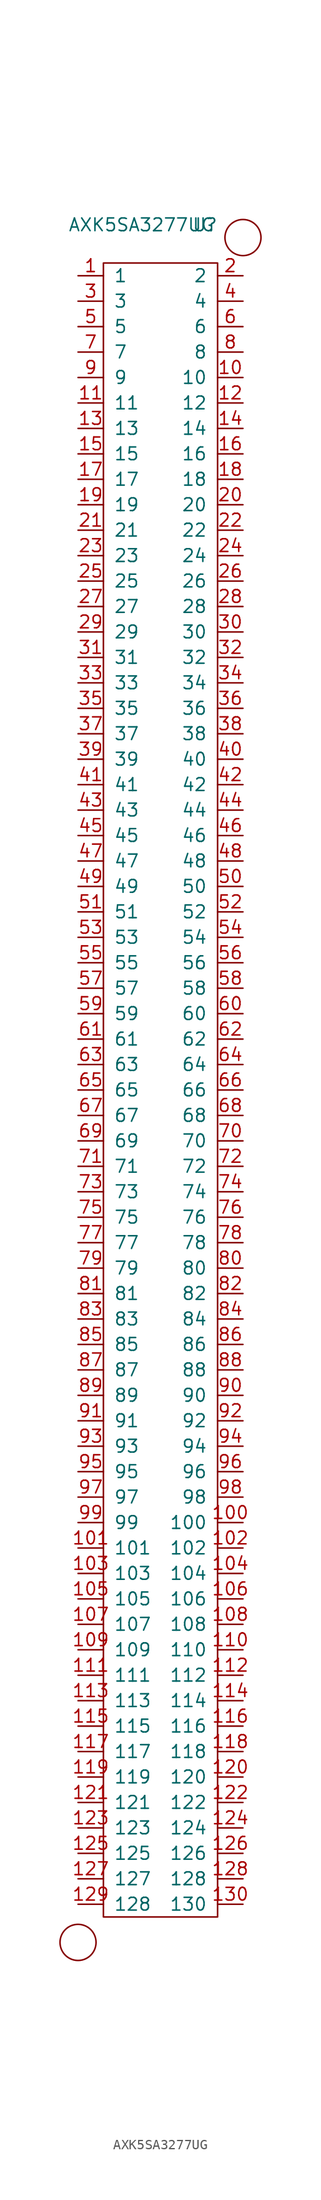
<source format=kicad_sym>
(kicad_symbol_lib
  (version 20211014)
  (generator kicad_symbol_editor)
  (symbol "AXK5SA3277UG"
    (pin_names
      (offset 1.016))
    (property "Reference" "U"
      (at 1.27 50.8 0)
      (effects (font (size 1.27 1.27))))
    (property "Value" "AXK5SA3277UG"
      (at -5.08 50.8 0)
      (effects (font (size 1.27 1.27))))
    (symbol "AXK5SA3277UG_0_1"
      (circle (center 5.08 49.53) (radius 1.803) (stroke (width 0) (type default) (color 0 0 0 0)) (fill (type none))))
    (symbol "AXK5SA3277UG_1_1"
      (circle (center -11.43 -120.65) (radius 1.803) (stroke (width 0) (type default) (color 0 0 0 0)) (fill (type none)))
      (rectangle (start 2.54 46.99) (end -8.89 -118.11) (stroke (width 0) (type default) (color 0 0 0 0)) (fill (type none)))
      (pin passive line (at -11.43 45.72 0) (length 2.54) (name "1" (effects (font (size 1.27 1.27)))) (number "1" (effects (font (size 1.27 1.27)))))
      (pin passive line (at 5.08 35.56 180) (length 2.54) (name "10" (effects (font (size 1.27 1.27)))) (number "10" (effects (font (size 1.27 1.27)))))
      (pin passive line (at 5.08 -78.74 180) (length 2.54) (name "100" (effects (font (size 1.27 1.27)))) (number "100" (effects (font (size 1.27 1.27)))))
      (pin passive line (at -11.43 -81.28 0) (length 2.54) (name "101" (effects (font (size 1.27 1.27)))) (number "101" (effects (font (size 1.27 1.27)))))
      (pin passive line (at 5.08 -81.28 180) (length 2.54) (name "102" (effects (font (size 1.27 1.27)))) (number "102" (effects (font (size 1.27 1.27)))))
      (pin passive line (at -11.43 -83.82 0) (length 2.54) (name "103" (effects (font (size 1.27 1.27)))) (number "103" (effects (font (size 1.27 1.27)))))
      (pin passive line (at 5.08 -83.82 180) (length 2.54) (name "104" (effects (font (size 1.27 1.27)))) (number "104" (effects (font (size 1.27 1.27)))))
      (pin passive line (at -11.43 -86.36 0) (length 2.54) (name "105" (effects (font (size 1.27 1.27)))) (number "105" (effects (font (size 1.27 1.27)))))
      (pin passive line (at 5.08 -86.36 180) (length 2.54) (name "106" (effects (font (size 1.27 1.27)))) (number "106" (effects (font (size 1.27 1.27)))))
      (pin passive line (at -11.43 -88.9 0) (length 2.54) (name "107" (effects (font (size 1.27 1.27)))) (number "107" (effects (font (size 1.27 1.27)))))
      (pin passive line (at 5.08 -88.9 180) (length 2.54) (name "108" (effects (font (size 1.27 1.27)))) (number "108" (effects (font (size 1.27 1.27)))))
      (pin passive line (at -11.43 -91.44 0) (length 2.54) (name "109" (effects (font (size 1.27 1.27)))) (number "109" (effects (font (size 1.27 1.27)))))
      (pin passive line (at -11.43 33.02 0) (length 2.54) (name "11" (effects (font (size 1.27 1.27)))) (number "11" (effects (font (size 1.27 1.27)))))
      (pin passive line (at 5.08 -91.44 180) (length 2.54) (name "110" (effects (font (size 1.27 1.27)))) (number "110" (effects (font (size 1.27 1.27)))))
      (pin passive line (at -11.43 -93.98 0) (length 2.54) (name "111" (effects (font (size 1.27 1.27)))) (number "111" (effects (font (size 1.27 1.27)))))
      (pin passive line (at 5.08 -93.98 180) (length 2.54) (name "112" (effects (font (size 1.27 1.27)))) (number "112" (effects (font (size 1.27 1.27)))))
      (pin passive line (at -11.43 -96.52 0) (length 2.54) (name "113" (effects (font (size 1.27 1.27)))) (number "113" (effects (font (size 1.27 1.27)))))
      (pin passive line (at 5.08 -96.52 180) (length 2.54) (name "114" (effects (font (size 1.27 1.27)))) (number "114" (effects (font (size 1.27 1.27)))))
      (pin passive line (at -11.43 -99.06 0) (length 2.54) (name "115" (effects (font (size 1.27 1.27)))) (number "115" (effects (font (size 1.27 1.27)))))
      (pin passive line (at 5.08 -99.06 180) (length 2.54) (name "116" (effects (font (size 1.27 1.27)))) (number "116" (effects (font (size 1.27 1.27)))))
      (pin passive line (at -11.43 -101.6 0) (length 2.54) (name "117" (effects (font (size 1.27 1.27)))) (number "117" (effects (font (size 1.27 1.27)))))
      (pin passive line (at 5.08 -101.6 180) (length 2.54) (name "118" (effects (font (size 1.27 1.27)))) (number "118" (effects (font (size 1.27 1.27)))))
      (pin passive line (at -11.43 -104.14 0) (length 2.54) (name "119" (effects (font (size 1.27 1.27)))) (number "119" (effects (font (size 1.27 1.27)))))
      (pin passive line (at 5.08 33.02 180) (length 2.54) (name "12" (effects (font (size 1.27 1.27)))) (number "12" (effects (font (size 1.27 1.27)))))
      (pin passive line (at 5.08 -104.14 180) (length 2.54) (name "120" (effects (font (size 1.27 1.27)))) (number "120" (effects (font (size 1.27 1.27)))))
      (pin passive line (at -11.43 -106.68 0) (length 2.54) (name "121" (effects (font (size 1.27 1.27)))) (number "121" (effects (font (size 1.27 1.27)))))
      (pin passive line (at 5.08 -106.68 180) (length 2.54) (name "122" (effects (font (size 1.27 1.27)))) (number "122" (effects (font (size 1.27 1.27)))))
      (pin passive line (at -11.43 -109.22 0) (length 2.54) (name "123" (effects (font (size 1.27 1.27)))) (number "123" (effects (font (size 1.27 1.27)))))
      (pin passive line (at 5.08 -109.22 180) (length 2.54) (name "124" (effects (font (size 1.27 1.27)))) (number "124" (effects (font (size 1.27 1.27)))))
      (pin passive line (at -11.43 -111.76 0) (length 2.54) (name "125" (effects (font (size 1.27 1.27)))) (number "125" (effects (font (size 1.27 1.27)))))
      (pin passive line (at 5.08 -111.76 180) (length 2.54) (name "126" (effects (font (size 1.27 1.27)))) (number "126" (effects (font (size 1.27 1.27)))))
      (pin passive line (at -11.43 -114.3 0) (length 2.54) (name "127" (effects (font (size 1.27 1.27)))) (number "127" (effects (font (size 1.27 1.27)))))
      (pin passive line (at 5.08 -114.3 180) (length 2.54) (name "128" (effects (font (size 1.27 1.27)))) (number "128" (effects (font (size 1.27 1.27)))))
      (pin passive line (at -11.43 -116.84 0) (length 2.54) (name "128" (effects (font (size 1.27 1.27)))) (number "129" (effects (font (size 1.27 1.27)))))
      (pin passive line (at -11.43 30.48 0) (length 2.54) (name "13" (effects (font (size 1.27 1.27)))) (number "13" (effects (font (size 1.27 1.27)))))
      (pin passive line (at 5.08 -116.84 180) (length 2.54) (name "130" (effects (font (size 1.27 1.27)))) (number "130" (effects (font (size 1.27 1.27)))))
      (pin passive line (at 5.08 30.48 180) (length 2.54) (name "14" (effects (font (size 1.27 1.27)))) (number "14" (effects (font (size 1.27 1.27)))))
      (pin passive line (at -11.43 27.94 0) (length 2.54) (name "15" (effects (font (size 1.27 1.27)))) (number "15" (effects (font (size 1.27 1.27)))))
      (pin passive line (at 5.08 27.94 180) (length 2.54) (name "16" (effects (font (size 1.27 1.27)))) (number "16" (effects (font (size 1.27 1.27)))))
      (pin passive line (at -11.43 25.4 0) (length 2.54) (name "17" (effects (font (size 1.27 1.27)))) (number "17" (effects (font (size 1.27 1.27)))))
      (pin passive line (at 5.08 25.4 180) (length 2.54) (name "18" (effects (font (size 1.27 1.27)))) (number "18" (effects (font (size 1.27 1.27)))))
      (pin passive line (at -11.43 22.86 0) (length 2.54) (name "19" (effects (font (size 1.27 1.27)))) (number "19" (effects (font (size 1.27 1.27)))))
      (pin passive line (at 5.08 45.72 180) (length 2.54) (name "2" (effects (font (size 1.27 1.27)))) (number "2" (effects (font (size 1.27 1.27)))))
      (pin passive line (at 5.08 22.86 180) (length 2.54) (name "20" (effects (font (size 1.27 1.27)))) (number "20" (effects (font (size 1.27 1.27)))))
      (pin passive line (at -11.43 20.32 0) (length 2.54) (name "21" (effects (font (size 1.27 1.27)))) (number "21" (effects (font (size 1.27 1.27)))))
      (pin passive line (at 5.08 20.32 180) (length 2.54) (name "22" (effects (font (size 1.27 1.27)))) (number "22" (effects (font (size 1.27 1.27)))))
      (pin passive line (at -11.43 17.78 0) (length 2.54) (name "23" (effects (font (size 1.27 1.27)))) (number "23" (effects (font (size 1.27 1.27)))))
      (pin passive line (at 5.08 17.78 180) (length 2.54) (name "24" (effects (font (size 1.27 1.27)))) (number "24" (effects (font (size 1.27 1.27)))))
      (pin passive line (at -11.43 15.24 0) (length 2.54) (name "25" (effects (font (size 1.27 1.27)))) (number "25" (effects (font (size 1.27 1.27)))))
      (pin passive line (at 5.08 15.24 180) (length 2.54) (name "26" (effects (font (size 1.27 1.27)))) (number "26" (effects (font (size 1.27 1.27)))))
      (pin passive line (at -11.43 12.7 0) (length 2.54) (name "27" (effects (font (size 1.27 1.27)))) (number "27" (effects (font (size 1.27 1.27)))))
      (pin passive line (at 5.08 12.7 180) (length 2.54) (name "28" (effects (font (size 1.27 1.27)))) (number "28" (effects (font (size 1.27 1.27)))))
      (pin passive line (at -11.43 10.16 0) (length 2.54) (name "29" (effects (font (size 1.27 1.27)))) (number "29" (effects (font (size 1.27 1.27)))))
      (pin passive line (at -11.43 43.18 0) (length 2.54) (name "3" (effects (font (size 1.27 1.27)))) (number "3" (effects (font (size 1.27 1.27)))))
      (pin passive line (at 5.08 10.16 180) (length 2.54) (name "30" (effects (font (size 1.27 1.27)))) (number "30" (effects (font (size 1.27 1.27)))))
      (pin passive line (at -11.43 7.62 0) (length 2.54) (name "31" (effects (font (size 1.27 1.27)))) (number "31" (effects (font (size 1.27 1.27)))))
      (pin passive line (at 5.08 7.62 180) (length 2.54) (name "32" (effects (font (size 1.27 1.27)))) (number "32" (effects (font (size 1.27 1.27)))))
      (pin passive line (at -11.43 5.08 0) (length 2.54) (name "33" (effects (font (size 1.27 1.27)))) (number "33" (effects (font (size 1.27 1.27)))))
      (pin passive line (at 5.08 5.08 180) (length 2.54) (name "34" (effects (font (size 1.27 1.27)))) (number "34" (effects (font (size 1.27 1.27)))))
      (pin passive line (at -11.43 2.54 0) (length 2.54) (name "35" (effects (font (size 1.27 1.27)))) (number "35" (effects (font (size 1.27 1.27)))))
      (pin passive line (at 5.08 2.54 180) (length 2.54) (name "36" (effects (font (size 1.27 1.27)))) (number "36" (effects (font (size 1.27 1.27)))))
      (pin passive line (at -11.43 0 0) (length 2.54) (name "37" (effects (font (size 1.27 1.27)))) (number "37" (effects (font (size 1.27 1.27)))))
      (pin passive line (at 5.08 0 180) (length 2.54) (name "38" (effects (font (size 1.27 1.27)))) (number "38" (effects (font (size 1.27 1.27)))))
      (pin passive line (at -11.43 -2.54 0) (length 2.54) (name "39" (effects (font (size 1.27 1.27)))) (number "39" (effects (font (size 1.27 1.27)))))
      (pin passive line (at 5.08 43.18 180) (length 2.54) (name "4" (effects (font (size 1.27 1.27)))) (number "4" (effects (font (size 1.27 1.27)))))
      (pin passive line (at 5.08 -2.54 180) (length 2.54) (name "40" (effects (font (size 1.27 1.27)))) (number "40" (effects (font (size 1.27 1.27)))))
      (pin passive line (at -11.43 -5.08 0) (length 2.54) (name "41" (effects (font (size 1.27 1.27)))) (number "41" (effects (font (size 1.27 1.27)))))
      (pin passive line (at 5.08 -5.08 180) (length 2.54) (name "42" (effects (font (size 1.27 1.27)))) (number "42" (effects (font (size 1.27 1.27)))))
      (pin passive line (at -11.43 -7.62 0) (length 2.54) (name "43" (effects (font (size 1.27 1.27)))) (number "43" (effects (font (size 1.27 1.27)))))
      (pin passive line (at 5.08 -7.62 180) (length 2.54) (name "44" (effects (font (size 1.27 1.27)))) (number "44" (effects (font (size 1.27 1.27)))))
      (pin passive line (at -11.43 -10.16 0) (length 2.54) (name "45" (effects (font (size 1.27 1.27)))) (number "45" (effects (font (size 1.27 1.27)))))
      (pin passive line (at 5.08 -10.16 180) (length 2.54) (name "46" (effects (font (size 1.27 1.27)))) (number "46" (effects (font (size 1.27 1.27)))))
      (pin passive line (at -11.43 -12.7 0) (length 2.54) (name "47" (effects (font (size 1.27 1.27)))) (number "47" (effects (font (size 1.27 1.27)))))
      (pin passive line (at 5.08 -12.7 180) (length 2.54) (name "48" (effects (font (size 1.27 1.27)))) (number "48" (effects (font (size 1.27 1.27)))))
      (pin passive line (at -11.43 -15.24 0) (length 2.54) (name "49" (effects (font (size 1.27 1.27)))) (number "49" (effects (font (size 1.27 1.27)))))
      (pin passive line (at -11.43 40.64 0) (length 2.54) (name "5" (effects (font (size 1.27 1.27)))) (number "5" (effects (font (size 1.27 1.27)))))
      (pin passive line (at 5.08 -15.24 180) (length 2.54) (name "50" (effects (font (size 1.27 1.27)))) (number "50" (effects (font (size 1.27 1.27)))))
      (pin passive line (at -11.43 -17.78 0) (length 2.54) (name "51" (effects (font (size 1.27 1.27)))) (number "51" (effects (font (size 1.27 1.27)))))
      (pin passive line (at 5.08 -17.78 180) (length 2.54) (name "52" (effects (font (size 1.27 1.27)))) (number "52" (effects (font (size 1.27 1.27)))))
      (pin passive line (at -11.43 -20.32 0) (length 2.54) (name "53" (effects (font (size 1.27 1.27)))) (number "53" (effects (font (size 1.27 1.27)))))
      (pin passive line (at 5.08 -20.32 180) (length 2.54) (name "54" (effects (font (size 1.27 1.27)))) (number "54" (effects (font (size 1.27 1.27)))))
      (pin passive line (at -11.43 -22.86 0) (length 2.54) (name "55" (effects (font (size 1.27 1.27)))) (number "55" (effects (font (size 1.27 1.27)))))
      (pin passive line (at 5.08 -22.86 180) (length 2.54) (name "56" (effects (font (size 1.27 1.27)))) (number "56" (effects (font (size 1.27 1.27)))))
      (pin passive line (at -11.43 -25.4 0) (length 2.54) (name "57" (effects (font (size 1.27 1.27)))) (number "57" (effects (font (size 1.27 1.27)))))
      (pin passive line (at 5.08 -25.4 180) (length 2.54) (name "58" (effects (font (size 1.27 1.27)))) (number "58" (effects (font (size 1.27 1.27)))))
      (pin passive line (at -11.43 -27.94 0) (length 2.54) (name "59" (effects (font (size 1.27 1.27)))) (number "59" (effects (font (size 1.27 1.27)))))
      (pin passive line (at 5.08 40.64 180) (length 2.54) (name "6" (effects (font (size 1.27 1.27)))) (number "6" (effects (font (size 1.27 1.27)))))
      (pin passive line (at 5.08 -27.94 180) (length 2.54) (name "60" (effects (font (size 1.27 1.27)))) (number "60" (effects (font (size 1.27 1.27)))))
      (pin passive line (at -11.43 -30.48 0) (length 2.54) (name "61" (effects (font (size 1.27 1.27)))) (number "61" (effects (font (size 1.27 1.27)))))
      (pin passive line (at 5.08 -30.48 180) (length 2.54) (name "62" (effects (font (size 1.27 1.27)))) (number "62" (effects (font (size 1.27 1.27)))))
      (pin passive line (at -11.43 -33.02 0) (length 2.54) (name "63" (effects (font (size 1.27 1.27)))) (number "63" (effects (font (size 1.27 1.27)))))
      (pin passive line (at 5.08 -33.02 180) (length 2.54) (name "64" (effects (font (size 1.27 1.27)))) (number "64" (effects (font (size 1.27 1.27)))))
      (pin passive line (at -11.43 -35.56 0) (length 2.54) (name "65" (effects (font (size 1.27 1.27)))) (number "65" (effects (font (size 1.27 1.27)))))
      (pin passive line (at 5.08 -35.56 180) (length 2.54) (name "66" (effects (font (size 1.27 1.27)))) (number "66" (effects (font (size 1.27 1.27)))))
      (pin passive line (at -11.43 -38.1 0) (length 2.54) (name "67" (effects (font (size 1.27 1.27)))) (number "67" (effects (font (size 1.27 1.27)))))
      (pin passive line (at 5.08 -38.1 180) (length 2.54) (name "68" (effects (font (size 1.27 1.27)))) (number "68" (effects (font (size 1.27 1.27)))))
      (pin passive line (at -11.43 -40.64 0) (length 2.54) (name "69" (effects (font (size 1.27 1.27)))) (number "69" (effects (font (size 1.27 1.27)))))
      (pin passive line (at -11.43 38.1 0) (length 2.54) (name "7" (effects (font (size 1.27 1.27)))) (number "7" (effects (font (size 1.27 1.27)))))
      (pin passive line (at 5.08 -40.64 180) (length 2.54) (name "70" (effects (font (size 1.27 1.27)))) (number "70" (effects (font (size 1.27 1.27)))))
      (pin passive line (at -11.43 -43.18 0) (length 2.54) (name "71" (effects (font (size 1.27 1.27)))) (number "71" (effects (font (size 1.27 1.27)))))
      (pin passive line (at 5.08 -43.18 180) (length 2.54) (name "72" (effects (font (size 1.27 1.27)))) (number "72" (effects (font (size 1.27 1.27)))))
      (pin passive line (at -11.43 -45.72 0) (length 2.54) (name "73" (effects (font (size 1.27 1.27)))) (number "73" (effects (font (size 1.27 1.27)))))
      (pin passive line (at 5.08 -45.72 180) (length 2.54) (name "74" (effects (font (size 1.27 1.27)))) (number "74" (effects (font (size 1.27 1.27)))))
      (pin passive line (at -11.43 -48.26 0) (length 2.54) (name "75" (effects (font (size 1.27 1.27)))) (number "75" (effects (font (size 1.27 1.27)))))
      (pin passive line (at 5.08 -48.26 180) (length 2.54) (name "76" (effects (font (size 1.27 1.27)))) (number "76" (effects (font (size 1.27 1.27)))))
      (pin passive line (at -11.43 -50.8 0) (length 2.54) (name "77" (effects (font (size 1.27 1.27)))) (number "77" (effects (font (size 1.27 1.27)))))
      (pin passive line (at 5.08 -50.8 180) (length 2.54) (name "78" (effects (font (size 1.27 1.27)))) (number "78" (effects (font (size 1.27 1.27)))))
      (pin passive line (at -11.43 -53.34 0) (length 2.54) (name "79" (effects (font (size 1.27 1.27)))) (number "79" (effects (font (size 1.27 1.27)))))
      (pin passive line (at 5.08 38.1 180) (length 2.54) (name "8" (effects (font (size 1.27 1.27)))) (number "8" (effects (font (size 1.27 1.27)))))
      (pin passive line (at 5.08 -53.34 180) (length 2.54) (name "80" (effects (font (size 1.27 1.27)))) (number "80" (effects (font (size 1.27 1.27)))))
      (pin passive line (at -11.43 -55.88 0) (length 2.54) (name "81" (effects (font (size 1.27 1.27)))) (number "81" (effects (font (size 1.27 1.27)))))
      (pin passive line (at 5.08 -55.88 180) (length 2.54) (name "82" (effects (font (size 1.27 1.27)))) (number "82" (effects (font (size 1.27 1.27)))))
      (pin passive line (at -11.43 -58.42 0) (length 2.54) (name "83" (effects (font (size 1.27 1.27)))) (number "83" (effects (font (size 1.27 1.27)))))
      (pin passive line (at 5.08 -58.42 180) (length 2.54) (name "84" (effects (font (size 1.27 1.27)))) (number "84" (effects (font (size 1.27 1.27)))))
      (pin passive line (at -11.43 -60.96 0) (length 2.54) (name "85" (effects (font (size 1.27 1.27)))) (number "85" (effects (font (size 1.27 1.27)))))
      (pin passive line (at 5.08 -60.96 180) (length 2.54) (name "86" (effects (font (size 1.27 1.27)))) (number "86" (effects (font (size 1.27 1.27)))))
      (pin passive line (at -11.43 -63.5 0) (length 2.54) (name "87" (effects (font (size 1.27 1.27)))) (number "87" (effects (font (size 1.27 1.27)))))
      (pin passive line (at 5.08 -63.5 180) (length 2.54) (name "88" (effects (font (size 1.27 1.27)))) (number "88" (effects (font (size 1.27 1.27)))))
      (pin passive line (at -11.43 -66.04 0) (length 2.54) (name "89" (effects (font (size 1.27 1.27)))) (number "89" (effects (font (size 1.27 1.27)))))
      (pin passive line (at -11.43 35.56 0) (length 2.54) (name "9" (effects (font (size 1.27 1.27)))) (number "9" (effects (font (size 1.27 1.27)))))
      (pin passive line (at 5.08 -66.04 180) (length 2.54) (name "90" (effects (font (size 1.27 1.27)))) (number "90" (effects (font (size 1.27 1.27)))))
      (pin passive line (at -11.43 -68.58 0) (length 2.54) (name "91" (effects (font (size 1.27 1.27)))) (number "91" (effects (font (size 1.27 1.27)))))
      (pin passive line (at 5.08 -68.58 180) (length 2.54) (name "92" (effects (font (size 1.27 1.27)))) (number "92" (effects (font (size 1.27 1.27)))))
      (pin passive line (at -11.43 -71.12 0) (length 2.54) (name "93" (effects (font (size 1.27 1.27)))) (number "93" (effects (font (size 1.27 1.27)))))
      (pin passive line (at 5.08 -71.12 180) (length 2.54) (name "94" (effects (font (size 1.27 1.27)))) (number "94" (effects (font (size 1.27 1.27)))))
      (pin passive line (at -11.43 -73.66 0) (length 2.54) (name "95" (effects (font (size 1.27 1.27)))) (number "95" (effects (font (size 1.27 1.27)))))
      (pin passive line (at 5.08 -73.66 180) (length 2.54) (name "96" (effects (font (size 1.27 1.27)))) (number "96" (effects (font (size 1.27 1.27)))))
      (pin passive line (at -11.43 -76.2 0) (length 2.54) (name "97" (effects (font (size 1.27 1.27)))) (number "97" (effects (font (size 1.27 1.27)))))
      (pin passive line (at 5.08 -76.2 180) (length 2.54) (name "98" (effects (font (size 1.27 1.27)))) (number "98" (effects (font (size 1.27 1.27)))))
      (pin passive line (at -11.43 -78.74 0) (length 2.54) (name "99" (effects (font (size 1.27 1.27)))) (number "99" (effects (font (size 1.27 1.27))))))))
</source>
